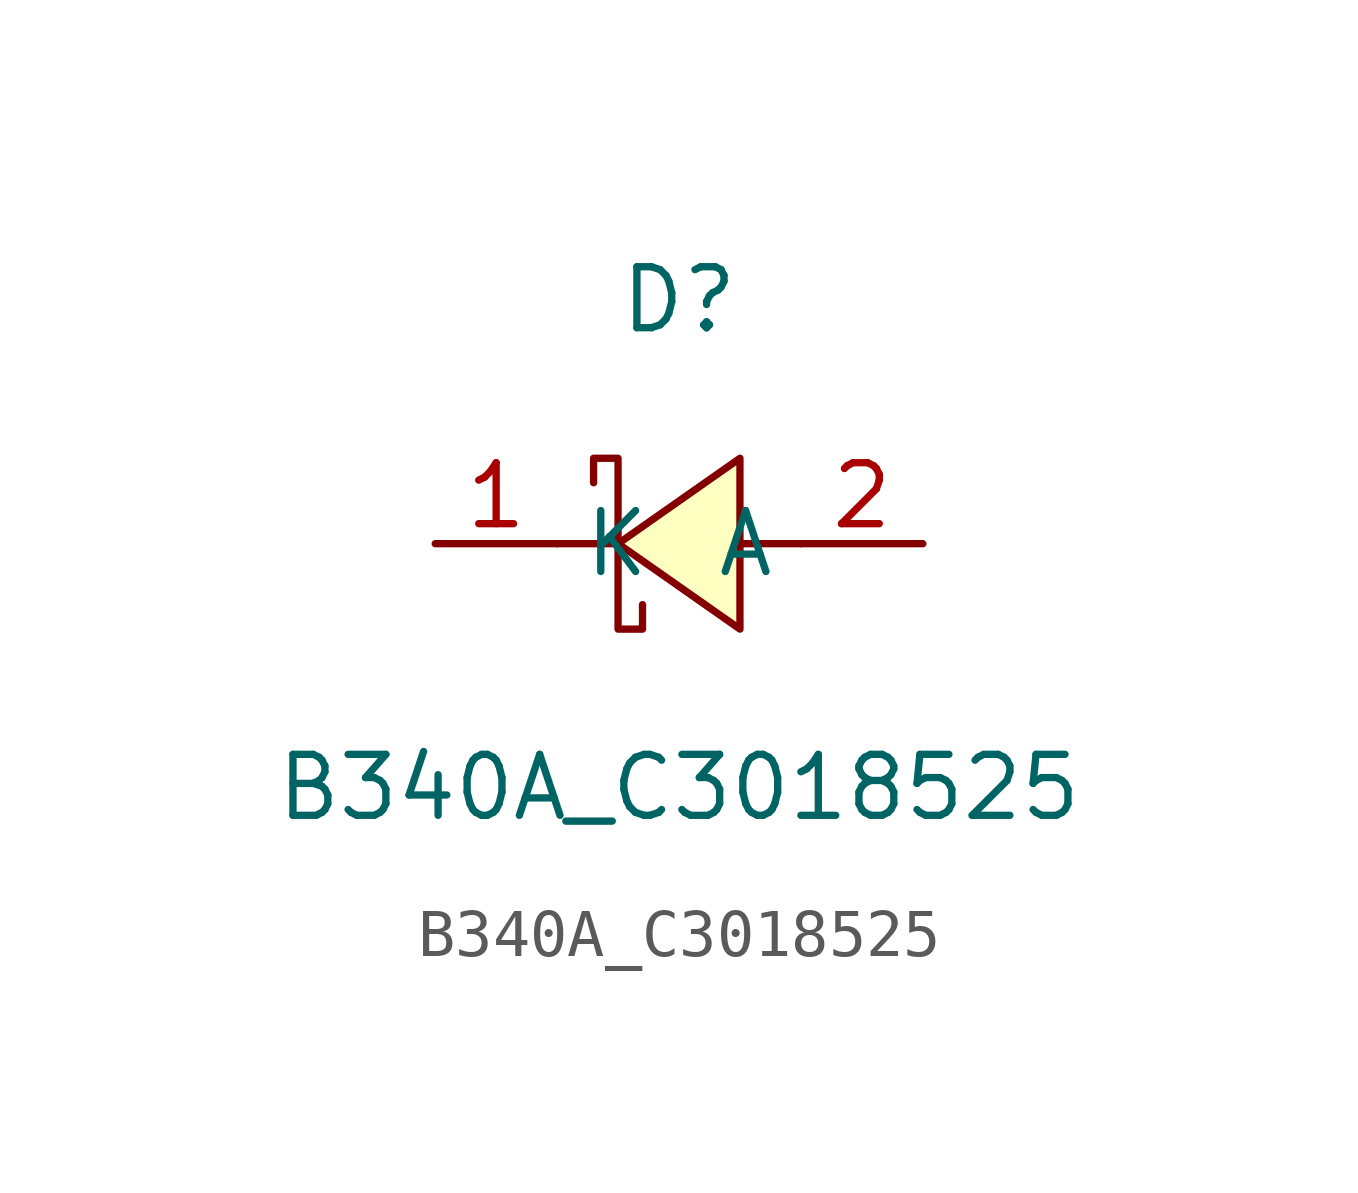
<source format=kicad_sym>
(kicad_symbol_lib
  (version 20211014)
  (generator https://github.com/uPesy/easyeda2kicad.py)
  (symbol "B340A_C3018525"
    (property "Reference" "D"
      (at 0 5.08 0)
      (effects (font (size 1.27 1.27))))
    (property "Value" "B340A_C3018525"
      (at 0 -5.08 0)
      (effects (font (size 1.27 1.27))))
    (symbol "B340A_C3018525_0_1"
      (polyline (pts (xy 1.27 1.78) (xy -1.27 -0.00) (xy 1.27 -1.78) (xy 1.27 1.78)) (stroke (width 0) (type default) (color 0 0 0 0)) (fill (type background)))
      (polyline (pts (xy -1.78 1.27) (xy -1.78 1.78) (xy -1.27 1.78) (xy -1.27 -1.78) (xy -0.76 -1.78) (xy -0.76 -1.27)) (stroke (width 0) (type default) (color 0 0 0 0)) (fill (type none)))
      (polyline (pts (xy 2.54 -0.00) (xy 1.27 -0.00)) (stroke (width 0) (type default) (color 0 0 0 0)) (fill (type none)))
      (polyline (pts (xy -1.27 -0.00) (xy -2.54 -0.00)) (stroke (width 0) (type default) (color 0 0 0 0)) (fill (type none)))
      (pin unspecified line (at 5.08 -0.00 180) (length 2.54) (name "A" (effects (font (size 1.27 1.27)))) (number "2" (effects (font (size 1.27 1.27)))))
      (pin unspecified line (at -5.08 -0.00 0) (length 2.54) (name "K" (effects (font (size 1.27 1.27)))) (number "1" (effects (font (size 1.27 1.27))))))))
</source>
